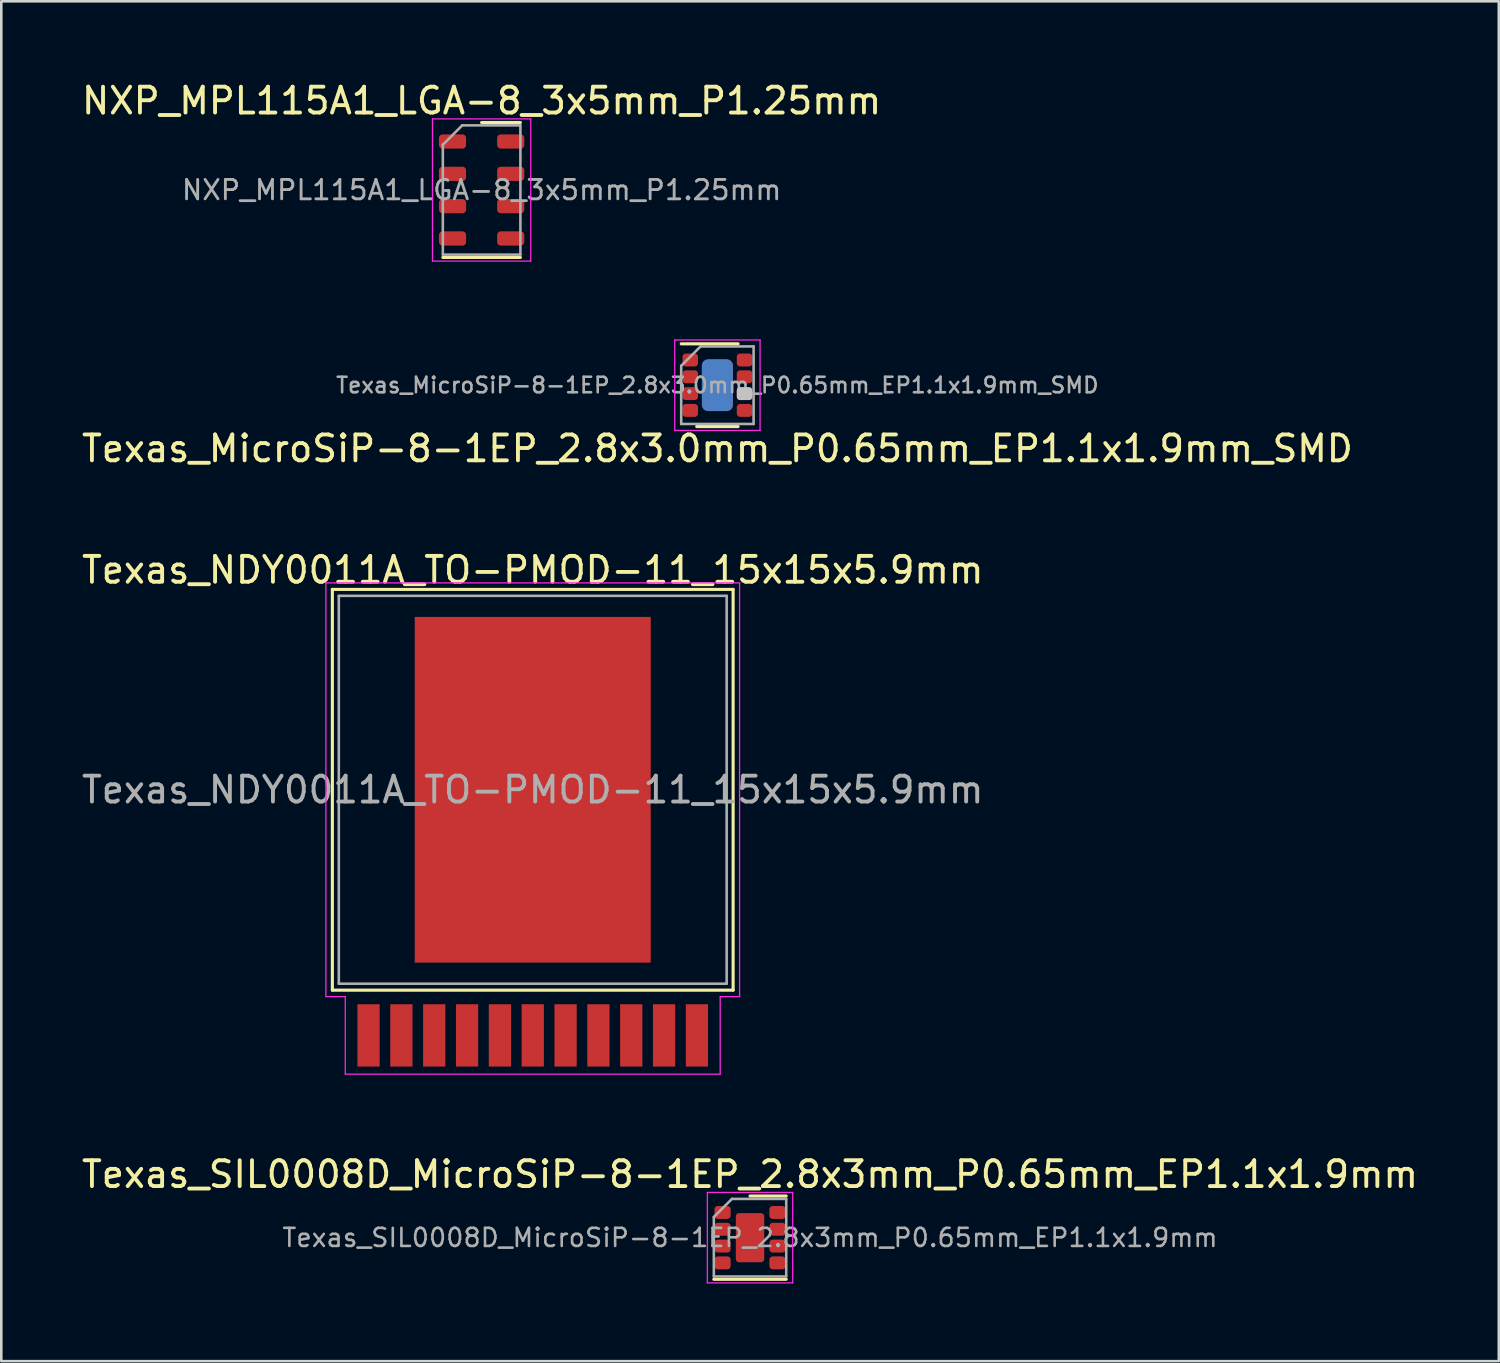
<source format=kicad_pcb>
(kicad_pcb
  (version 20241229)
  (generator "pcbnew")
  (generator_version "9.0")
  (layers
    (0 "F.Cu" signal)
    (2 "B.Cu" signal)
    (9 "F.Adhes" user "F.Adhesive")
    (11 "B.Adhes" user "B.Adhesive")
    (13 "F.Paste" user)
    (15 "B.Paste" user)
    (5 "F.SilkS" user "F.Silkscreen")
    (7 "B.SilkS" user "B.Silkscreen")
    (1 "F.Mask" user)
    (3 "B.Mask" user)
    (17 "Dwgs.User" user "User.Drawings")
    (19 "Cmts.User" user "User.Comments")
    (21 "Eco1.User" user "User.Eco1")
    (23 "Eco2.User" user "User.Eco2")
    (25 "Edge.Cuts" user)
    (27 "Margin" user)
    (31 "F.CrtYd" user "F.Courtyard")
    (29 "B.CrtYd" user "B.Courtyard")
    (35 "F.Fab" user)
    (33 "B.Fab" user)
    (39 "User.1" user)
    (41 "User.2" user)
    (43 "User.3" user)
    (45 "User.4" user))
  (footprint "Texas_MicroSiP-8-1EP_2.8x3.0mm_P0.65mm_EP1.1x1.9mm_SMD"
    (layer "F.Cu")
    (at 24.696 11.848)
    (property "Reference" "Texas_MicroSiP-8-1EP_2.8x3.0mm_P0.65mm_EP1.1x1.9mm_SMD" (at 0 2.45 0) (layer "F.SilkS") (effects (font (size 1 1) (thickness 0.15))))
    (attr smd)
    (fp_line (start 0.8 -1.6) (end -1.4 -1.6) (stroke (width 0.12) (type solid)) (layer "F.SilkS"))
    (fp_line (start 0.8 1.6) (end -0.8 1.6) (stroke (width 0.12) (type solid)) (layer "F.SilkS"))
    (fp_line (start -1.65 -1.75) (end -1.65 1.75) (stroke (width 0.05) (type solid)) (layer "F.CrtYd"))
    (fp_line (start -1.65 1.75) (end 1.65 1.75) (stroke (width 0.05) (type solid)) (layer "F.CrtYd"))
    (fp_line (start 1.65 -1.75) (end -1.65 -1.75) (stroke (width 0.05) (type solid)) (layer "F.CrtYd"))
    (fp_line (start 1.65 1.75) (end 1.65 -1.75) (stroke (width 0.05) (type solid)) (layer "F.CrtYd"))
    (fp_line (start -1.4 -0.75) (end -1.4 1.5) (stroke (width 0.1) (type solid)) (layer "F.Fab"))
    (fp_line (start -0.65 -1.5) (end -1.4 -0.75) (stroke (width 0.1) (type solid)) (layer "F.Fab"))
    (fp_line (start -0.65 -1.5) (end 1.4 -1.5) (stroke (width 0.1) (type solid)) (layer "F.Fab"))
    (fp_line (start 1.4 -1.5) (end 1.4 1.5) (stroke (width 0.1) (type solid)) (layer "F.Fab"))
    (fp_line (start 1.4 1.5) (end -1.4 1.5) (stroke (width 0.1) (type solid)) (layer "F.Fab"))
    (fp_text user "${REFERENCE}" (at 0 0 0) (layer "F.Fab") (effects (font (size 0.6 0.6) (thickness 0.1))))
    (pad "" smd roundrect (at 0 -0.525) (size 1.04 0.85) (layers "F.Paste") (roundrect_rratio 0.25))
    (pad "" smd roundrect (at 0 0.525) (size 1.04 0.85) (layers "F.Paste") (roundrect_rratio 0.25))
    (pad "1" smd roundrect (at -1.05 -0.975) (size 0.6 0.5) (layers "F.Cu" "F.Mask" "F.Paste") (roundrect_rratio 0.25))
    (pad "2" smd roundrect (at -1.05 -0.325) (size 0.6 0.5) (layers "F.Cu" "F.Mask" "F.Paste") (roundrect_rratio 0.25))
    (pad "3" smd roundrect (at -1.05 0.325) (size 0.6 0.5) (layers "F.Cu" "F.Mask" "F.Paste") (roundrect_rratio 0.25))
    (pad "4" smd roundrect (at -1.05 0.975) (size 0.6 0.5) (layers "F.Cu" "F.Mask" "F.Paste") (roundrect_rratio 0.25))
    (pad "5" smd roundrect (at 1.05 0.975) (size 0.6 0.5) (layers "F.Cu" "F.Mask" "F.Paste") (roundrect_rratio 0.25))
    (pad "6" smd roundrect (at 1.05 0.325) (size 0.6 0.5) (layers "F.Cu" "F.Mask" "F.Paste" "Dwgs.User") (roundrect_rratio 0.25))
    (pad "7" smd roundrect (at 1.05 -0.325) (size 0.6 0.5) (layers "F.Cu" "F.Mask" "F.Paste") (roundrect_rratio 0.25))
    (pad "8" smd roundrect (at 1.05 -0.975) (size 0.6 0.5) (layers "F.Cu" "F.Mask" "F.Paste") (roundrect_rratio 0.25))
    (pad "9" smd roundrect (at 0 0) (size 1.2 2) (layers "F.Cu" "F.Mask") (roundrect_rratio 0.2))
    (pad "9" smd roundrect (at 0 0) (size 1.2 2) (layers "B.Cu") (roundrect_rratio 0.2)))
  (footprint "Texas_NDY0011A_TO-PMOD-11_15x15x5.9mm"
    (layer "F.Cu")
    (at 17.554 27.495)
    (property "Reference" "Texas_NDY0011A_TO-PMOD-11_15x15x5.9mm" (at 0 -8.5 0) (layer "F.SilkS") (effects (font (size 1 1) (thickness 0.15))))
    (attr smd)
    (fp_line (start -7.75 -7.75) (end 7.75 -7.75) (stroke (width 0.12) (type solid)) (layer "F.SilkS"))
    (fp_line (start -7.75 7.75) (end -7.75 -7.75) (stroke (width 0.12) (type solid)) (layer "F.SilkS"))
    (fp_line (start -7.75 7.75) (end 7.75 7.75) (stroke (width 0.12) (type solid)) (layer "F.SilkS"))
    (fp_line (start 7.75 -7.75) (end 7.75 7.75) (stroke (width 0.12) (type solid)) (layer "F.SilkS"))
    (fp_line (start -8 -8) (end 8 -8) (stroke (width 0.05) (type solid)) (layer "F.CrtYd"))
    (fp_line (start -8 8) (end -8 -8) (stroke (width 0.05) (type solid)) (layer "F.CrtYd"))
    (fp_line (start -7.25 8) (end -8 8) (stroke (width 0.05) (type solid)) (layer "F.CrtYd"))
    (fp_line (start -7.25 11) (end -7.25 8) (stroke (width 0.05) (type solid)) (layer "F.CrtYd"))
    (fp_line (start 7.25 8) (end 7.25 11) (stroke (width 0.05) (type solid)) (layer "F.CrtYd"))
    (fp_line (start 7.25 11) (end -7.25 11) (stroke (width 0.05) (type solid)) (layer "F.CrtYd"))
    (fp_line (start 8 -8) (end 8 8) (stroke (width 0.05) (type solid)) (layer "F.CrtYd"))
    (fp_line (start 8 8) (end 7.25 8) (stroke (width 0.05) (type solid)) (layer "F.CrtYd"))
    (fp_line (start -7.5 -7.5) (end 7.5 -7.5) (stroke (width 0.1) (type solid)) (layer "F.Fab"))
    (fp_line (start -7.5 7.5) (end -7.5 -7.5) (stroke (width 0.1) (type solid)) (layer "F.Fab"))
    (fp_line (start 7.5 -7.5) (end 7.5 7.5) (stroke (width 0.1) (type solid)) (layer "F.Fab"))
    (fp_line (start 7.5 7.5) (end -7.5 7.5) (stroke (width 0.1) (type solid)) (layer "F.Fab"))
    (fp_text user "${REFERENCE}" (at 0 0 0) (layer "F.Fab") (effects (font (size 1 1) (thickness 0.15))))
    (pad "1" smd rect (at -6.35 9.5) (size 0.86 2.41) (layers "F.Cu" "F.Mask" "F.Paste"))
    (pad "2" smd rect (at -5.08 9.5) (size 0.86 2.41) (layers "F.Cu" "F.Mask" "F.Paste"))
    (pad "3" smd rect (at -3.81 9.5) (size 0.86 2.41) (layers "F.Cu" "F.Mask" "F.Paste"))
    (pad "4" smd rect (at -2.54 9.5) (size 0.86 2.41) (layers "F.Cu" "F.Mask" "F.Paste"))
    (pad "5" smd rect (at -1.27 9.5) (size 0.86 2.41) (layers "F.Cu" "F.Mask" "F.Paste"))
    (pad "6" smd rect (at 0 9.5) (size 0.86 2.41) (layers "F.Cu" "F.Mask" "F.Paste"))
    (pad "7" smd rect (at 1.27 9.5) (size 0.86 2.41) (layers "F.Cu" "F.Mask" "F.Paste"))
    (pad "8" smd rect (at 2.54 9.5) (size 0.86 2.41) (layers "F.Cu" "F.Mask" "F.Paste"))
    (pad "9" smd rect (at 3.81 9.5) (size 0.86 2.41) (layers "F.Cu" "F.Mask" "F.Paste"))
    (pad "10" smd rect (at 5.08 9.5) (size 0.86 2.41) (layers "F.Cu" "F.Mask" "F.Paste"))
    (pad "11" smd rect (at 6.35 9.5) (size 0.86 2.41) (layers "F.Cu" "F.Mask" "F.Paste"))
    (pad "PAD" smd rect (at 0 0) (size 9.126 13.37) (layers "F.Cu" "F.Mask" "F.Paste")))
  (footprint "Texas_SIL0008D_MicroSiP-8-1EP_2.8x3mm_P0.65mm_EP1.1x1.9mm"
    (layer "F.Cu")
    (at 25.958 44.818)
    (property "Reference" "Texas_SIL0008D_MicroSiP-8-1EP_2.8x3mm_P0.65mm_EP1.1x1.9mm" (at 0 -2.45 0) (layer "F.SilkS") (effects (font (size 1 1) (thickness 0.15))))
    (attr smd)
    (fp_line (start -1.4 1.61) (end 1.4 1.61) (stroke (width 0.12) (type solid)) (layer "F.SilkS"))
    (fp_line (start 0 -1.61) (end 1.4 -1.61) (stroke (width 0.12) (type solid)) (layer "F.SilkS"))
    (fp_line (start -1.65 -1.75) (end -1.65 1.75) (stroke (width 0.05) (type solid)) (layer "F.CrtYd"))
    (fp_line (start -1.65 1.75) (end 1.65 1.75) (stroke (width 0.05) (type solid)) (layer "F.CrtYd"))
    (fp_line (start 1.65 -1.75) (end -1.65 -1.75) (stroke (width 0.05) (type solid)) (layer "F.CrtYd"))
    (fp_line (start 1.65 1.75) (end 1.65 -1.75) (stroke (width 0.05) (type solid)) (layer "F.CrtYd"))
    (fp_line (start -1.4 -0.8) (end -0.7 -1.5) (stroke (width 0.1) (type solid)) (layer "F.Fab"))
    (fp_line (start -1.4 1.5) (end -1.4 -0.8) (stroke (width 0.1) (type solid)) (layer "F.Fab"))
    (fp_line (start -0.7 -1.5) (end 1.4 -1.5) (stroke (width 0.1) (type solid)) (layer "F.Fab"))
    (fp_line (start 1.4 -1.5) (end 1.4 1.5) (stroke (width 0.1) (type solid)) (layer "F.Fab"))
    (fp_line (start 1.4 1.5) (end -1.4 1.5) (stroke (width 0.1) (type solid)) (layer "F.Fab"))
    (fp_text user "${REFERENCE}" (at 0 0 0) (layer "F.Fab") (effects (font (size 0.7 0.7) (thickness 0.1))))
    (pad "" smd roundrect (at 0 -0.63) (size 0.89 0.51) (layers "F.Paste") (roundrect_rratio 0.25))
    (pad "" smd roundrect (at 0 0) (size 0.89 0.51) (layers "F.Paste") (roundrect_rratio 0.25))
    (pad "" smd roundrect (at 0 0.63) (size 0.89 0.51) (layers "F.Paste") (roundrect_rratio 0.25))
    (pad "1" smd roundrect (at -1.062 -0.975) (size 0.625 0.5) (layers "F.Cu" "F.Mask" "F.Paste") (roundrect_rratio 0.25))
    (pad "2" smd roundrect (at -1.062 -0.325) (size 0.625 0.5) (layers "F.Cu" "F.Mask" "F.Paste") (roundrect_rratio 0.25))
    (pad "3" smd roundrect (at -1.062 0.325) (size 0.625 0.5) (layers "F.Cu" "F.Mask" "F.Paste") (roundrect_rratio 0.25))
    (pad "4" smd roundrect (at -1.062 0.975) (size 0.625 0.5) (layers "F.Cu" "F.Mask" "F.Paste") (roundrect_rratio 0.25))
    (pad "5" smd roundrect (at 1.062 0.975) (size 0.625 0.5) (layers "F.Cu" "F.Mask" "F.Paste") (roundrect_rratio 0.25))
    (pad "6" smd roundrect (at 1.062 0.325) (size 0.625 0.5) (layers "F.Cu" "F.Mask" "F.Paste") (roundrect_rratio 0.25))
    (pad "7" smd roundrect (at 1.062 -0.325) (size 0.625 0.5) (layers "F.Cu" "F.Mask" "F.Paste") (roundrect_rratio 0.25))
    (pad "8" smd roundrect (at 1.062 -0.975) (size 0.625 0.5) (layers "F.Cu" "F.Mask" "F.Paste") (roundrect_rratio 0.25))
    (pad "9" smd roundrect (at 0 0) (size 1.1 1.9) (layers "F.Cu" "F.Mask") (roundrect_rratio 0.114)))
  (footprint "NXP_MPL115A1_LGA-8_3x5mm_P1.25mm"
    (layer "F.Cu")
    (at 15.577 4.298)
    (property "Reference" "NXP_MPL115A1_LGA-8_3x5mm_P1.25mm" (at 0 -3.45 0) (layer "F.SilkS") (effects (font (size 1 1) (thickness 0.15))))
    (attr smd)
    (fp_line (start -1.5 2.61) (end 1.5 2.61) (stroke (width 0.12) (type solid)) (layer "F.SilkS"))
    (fp_line (start 0 -2.61) (end 1.5 -2.61) (stroke (width 0.12) (type solid)) (layer "F.SilkS"))
    (fp_line (start -1.9 -2.75) (end -1.9 2.75) (stroke (width 0.05) (type solid)) (layer "F.CrtYd"))
    (fp_line (start -1.9 2.75) (end 1.9 2.75) (stroke (width 0.05) (type solid)) (layer "F.CrtYd"))
    (fp_line (start 1.9 -2.75) (end -1.9 -2.75) (stroke (width 0.05) (type solid)) (layer "F.CrtYd"))
    (fp_line (start 1.9 2.75) (end 1.9 -2.75) (stroke (width 0.05) (type solid)) (layer "F.CrtYd"))
    (fp_line (start -1.5 -1.75) (end -0.75 -2.5) (stroke (width 0.1) (type solid)) (layer "F.Fab"))
    (fp_line (start -1.5 2.5) (end -1.5 -1.75) (stroke (width 0.1) (type solid)) (layer "F.Fab"))
    (fp_line (start -0.75 -2.5) (end 1.5 -2.5) (stroke (width 0.1) (type solid)) (layer "F.Fab"))
    (fp_line (start 1.5 -2.5) (end 1.5 2.5) (stroke (width 0.1) (type solid)) (layer "F.Fab"))
    (fp_line (start 1.5 2.5) (end -1.5 2.5) (stroke (width 0.1) (type solid)) (layer "F.Fab"))
    (fp_text user "${REFERENCE}" (at 0 0 0) (layer "F.Fab") (effects (font (size 0.75 0.75) (thickness 0.11))))
    (pad "1" smd roundrect (at -1.125 -1.875) (size 1.05 0.55) (layers "F.Cu" "F.Mask" "F.Paste") (roundrect_rratio 0.25))
    (pad "2" smd roundrect (at -1.125 -0.625) (size 1.05 0.55) (layers "F.Cu" "F.Mask" "F.Paste") (roundrect_rratio 0.25))
    (pad "3" smd roundrect (at -1.125 0.625) (size 1.05 0.55) (layers "F.Cu" "F.Mask" "F.Paste") (roundrect_rratio 0.25))
    (pad "4" smd roundrect (at -1.125 1.875) (size 1.05 0.55) (layers "F.Cu" "F.Mask" "F.Paste") (roundrect_rratio 0.25))
    (pad "5" smd roundrect (at 1.125 1.875) (size 1.05 0.55) (layers "F.Cu" "F.Mask" "F.Paste") (roundrect_rratio 0.25))
    (pad "6" smd roundrect (at 1.125 0.625) (size 1.05 0.55) (layers "F.Cu" "F.Mask" "F.Paste") (roundrect_rratio 0.25))
    (pad "7" smd roundrect (at 1.125 -0.625) (size 1.05 0.55) (layers "F.Cu" "F.Mask" "F.Paste") (roundrect_rratio 0.25))
    (pad "8" smd roundrect (at 1.125 -1.875) (size 1.05 0.55) (layers "F.Cu" "F.Mask" "F.Paste") (roundrect_rratio 0.25)))
  (gr_rect
    (start -3 -3)
    (end 54.917 49.593)
    (stroke (width 0.1) (type default))
    (fill no)
    (layer "Edge.Cuts")))
</source>
